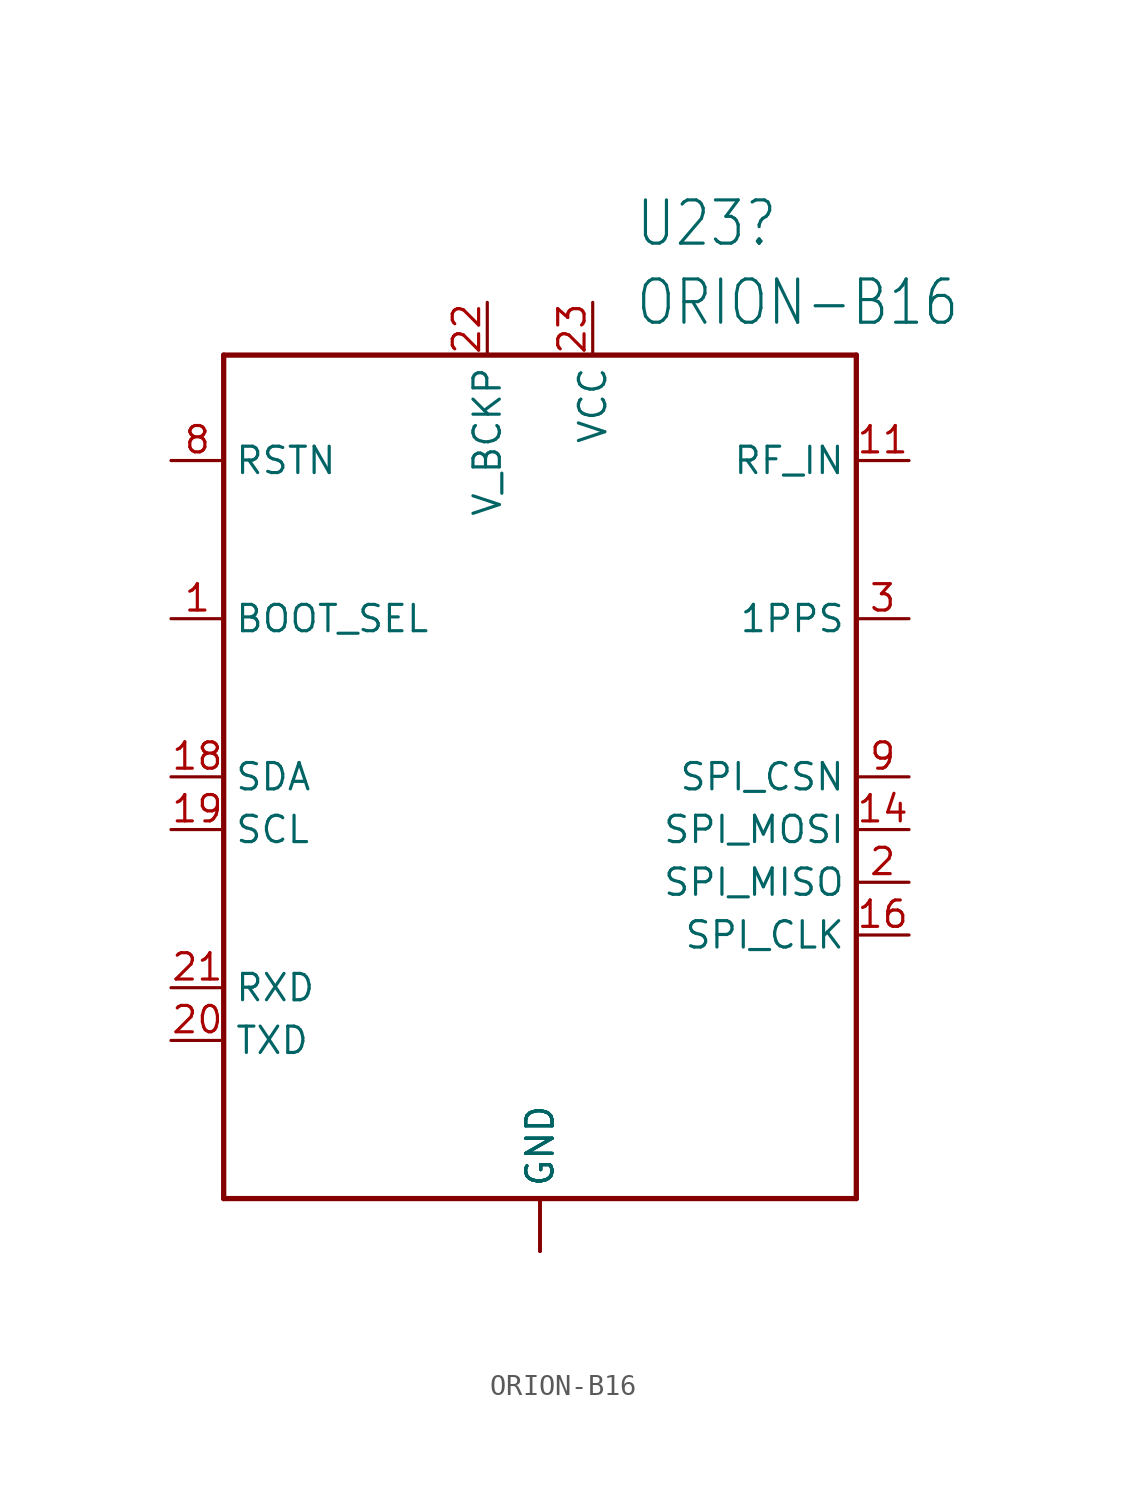
<source format=kicad_sym>
(kicad_symbol_lib
  (version 20211014)
  (generator kicad_symbol_editor)
  (symbol "ORION-B16"
    (property "Reference" "U23"
      (at 4.559 26.67 0)
      (effects (font (size 2.083 1.77)) (justify left)))
    (property "Value" "ORION-B16"
      (at 4.559 22.86 0)
      (effects (font (size 2.083 1.77)) (justify left)))
    (symbol "ORION-B16_1_0"
      (polyline (pts (xy -15.24 -20.32) (xy -15.24 20.32)) (stroke (width 0.254) (type default) (color 0 0 0 0)) (fill (type none)))
      (polyline (pts (xy -15.24 20.32) (xy 15.24 20.32)) (stroke (width 0.254) (type default) (color 0 0 0 0)) (fill (type none)))
      (polyline (pts (xy 15.24 -20.32) (xy -15.24 -20.32)) (stroke (width 0.254) (type default) (color 0 0 0 0)) (fill (type none)))
      (polyline (pts (xy 15.24 20.32) (xy 15.24 -20.32)) (stroke (width 0.254) (type default) (color 0 0 0 0)) (fill (type none)))
      (pin input line (at -17.78 7.62 0) (length 2.54) (name "BOOT_SEL" (effects (font (size 1.27 1.27)))) (number "1" (effects (font (size 1.27 1.27)))))
      (pin power_in line (at 0 -22.86 90) (length 2.54) (name "GND" (effects (font (size 1.27 1.27)))) (number "10" (effects (font (size 0 0)))))
      (pin input line (at 17.78 15.24 180) (length 2.54) (name "RF_IN" (effects (font (size 1.27 1.27)))) (number "11" (effects (font (size 1.27 1.27)))))
      (pin power_in line (at 0 -22.86 90) (length 2.54) (name "GND" (effects (font (size 1.27 1.27)))) (number "12" (effects (font (size 0 0)))))
      (pin power_in line (at 0 -22.86 90) (length 2.54) (name "GND" (effects (font (size 1.27 1.27)))) (number "13" (effects (font (size 0 0)))))
      (pin input line (at 17.78 -2.54 180) (length 2.54) (name "SPI_MOSI" (effects (font (size 1.27 1.27)))) (number "14" (effects (font (size 1.27 1.27)))))
      (pin input line (at 17.78 -7.62 180) (length 2.54) (name "SPI_CLK" (effects (font (size 1.27 1.27)))) (number "16" (effects (font (size 1.27 1.27)))))
      (pin bidirectional line (at -17.78 0 0) (length 2.54) (name "SDA" (effects (font (size 1.27 1.27)))) (number "18" (effects (font (size 1.27 1.27)))))
      (pin input line (at -17.78 -2.54 0) (length 2.54) (name "SCL" (effects (font (size 1.27 1.27)))) (number "19" (effects (font (size 1.27 1.27)))))
      (pin output line (at 17.78 -5.08 180) (length 2.54) (name "SPI_MISO" (effects (font (size 1.27 1.27)))) (number "2" (effects (font (size 1.27 1.27)))))
      (pin bidirectional line (at -17.78 -12.7 0) (length 2.54) (name "TXD" (effects (font (size 1.27 1.27)))) (number "20" (effects (font (size 1.27 1.27)))))
      (pin input line (at -17.78 -10.16 0) (length 2.54) (name "RXD" (effects (font (size 1.27 1.27)))) (number "21" (effects (font (size 1.27 1.27)))))
      (pin power_in line (at -2.54 22.86 270) (length 2.54) (name "V_BCKP" (effects (font (size 1.27 1.27)))) (number "22" (effects (font (size 1.27 1.27)))))
      (pin power_in line (at 2.54 22.86 270) (length 2.54) (name "VCC" (effects (font (size 1.27 1.27)))) (number "23" (effects (font (size 1.27 1.27)))))
      (pin power_in line (at 0 -22.86 90) (length 2.54) (name "GND" (effects (font (size 1.27 1.27)))) (number "24" (effects (font (size 0 0)))))
      (pin output line (at 17.78 7.62 180) (length 2.54) (name "1PPS" (effects (font (size 1.27 1.27)))) (number "3" (effects (font (size 1.27 1.27)))))
      (pin input line (at -17.78 15.24 0) (length 2.54) (name "RSTN" (effects (font (size 1.27 1.27)))) (number "8" (effects (font (size 1.27 1.27)))))
      (pin input line (at 17.78 0 180) (length 2.54) (name "SPI_CSN" (effects (font (size 1.27 1.27)))) (number "9" (effects (font (size 1.27 1.27))))))))
</source>
